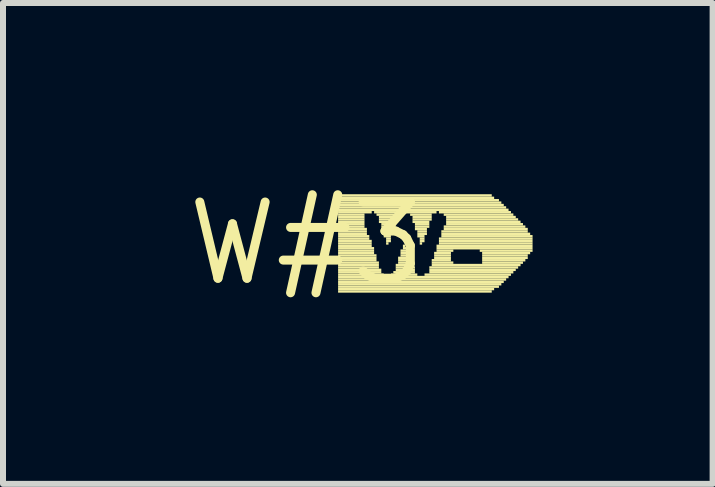
<source format=kicad_pcb>
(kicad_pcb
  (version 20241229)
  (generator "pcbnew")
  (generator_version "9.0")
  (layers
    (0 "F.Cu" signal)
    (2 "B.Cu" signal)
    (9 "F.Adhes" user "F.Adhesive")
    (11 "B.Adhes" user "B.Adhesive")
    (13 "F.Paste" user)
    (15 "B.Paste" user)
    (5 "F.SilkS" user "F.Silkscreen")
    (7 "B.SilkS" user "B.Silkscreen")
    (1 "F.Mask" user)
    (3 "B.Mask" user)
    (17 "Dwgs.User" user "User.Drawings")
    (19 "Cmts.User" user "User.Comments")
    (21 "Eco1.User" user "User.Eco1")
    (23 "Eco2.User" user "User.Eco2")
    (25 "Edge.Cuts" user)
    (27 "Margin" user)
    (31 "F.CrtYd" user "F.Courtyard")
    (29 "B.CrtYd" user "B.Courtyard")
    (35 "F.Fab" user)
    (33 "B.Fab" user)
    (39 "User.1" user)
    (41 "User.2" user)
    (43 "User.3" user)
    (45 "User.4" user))
  (footprint "W#3"
    (layer "F.Cu")
    (at 2.063 1.006)
    (property "Reference" "W#3" (at 0 0 0) (layer "F.SilkS") (effects (font (size 1.27 1.27) (thickness 0.15))))
    (fp_poly (pts (xy 0.52 -0.78) (xy 3.08 -0.78) (xy 3.08 -0.82) (xy 0.52 -0.82)) (stroke (width 0) (type solid)) (fill yes) (layer "F.SilkS"))
    (fp_poly (pts (xy 0.52 -0.74) (xy 3.12 -0.74) (xy 3.12 -0.78) (xy 0.52 -0.78)) (stroke (width 0) (type solid)) (fill yes) (layer "F.SilkS"))
    (fp_poly (pts (xy 0.52 -0.7) (xy 3.2 -0.7) (xy 3.2 -0.74) (xy 0.52 -0.74)) (stroke (width 0) (type solid)) (fill yes) (layer "F.SilkS"))
    (fp_poly (pts (xy 0.52 -0.66) (xy 3.24 -0.66) (xy 3.24 -0.7) (xy 0.52 -0.7)) (stroke (width 0) (type solid)) (fill yes) (layer "F.SilkS"))
    (fp_poly (pts (xy 0.52 -0.62) (xy 3.28 -0.62) (xy 3.28 -0.66) (xy 0.52 -0.66)) (stroke (width 0) (type solid)) (fill yes) (layer "F.SilkS"))
    (fp_poly (pts (xy 0.52 -0.58) (xy 3.32 -0.58) (xy 3.32 -0.62) (xy 0.52 -0.62)) (stroke (width 0) (type solid)) (fill yes) (layer "F.SilkS"))
    (fp_poly (pts (xy 0.52 -0.54) (xy 3.36 -0.54) (xy 3.36 -0.58) (xy 0.52 -0.58)) (stroke (width 0) (type solid)) (fill yes) (layer "F.SilkS"))
    (fp_poly (pts (xy 0.52 -0.5) (xy 1.08 -0.5) (xy 1.08 -0.54) (xy 0.52 -0.54)) (stroke (width 0) (type solid)) (fill yes) (layer "F.SilkS"))
    (fp_poly (pts (xy 0.52 -0.46) (xy 0.96 -0.46) (xy 0.96 -0.5) (xy 0.52 -0.5)) (stroke (width 0) (type solid)) (fill yes) (layer "F.SilkS"))
    (fp_poly (pts (xy 0.52 -0.42) (xy 0.96 -0.42) (xy 0.96 -0.46) (xy 0.52 -0.46)) (stroke (width 0) (type solid)) (fill yes) (layer "F.SilkS"))
    (fp_poly (pts (xy 0.52 -0.38) (xy 0.96 -0.38) (xy 0.96 -0.42) (xy 0.52 -0.42)) (stroke (width 0) (type solid)) (fill yes) (layer "F.SilkS"))
    (fp_poly (pts (xy 0.52 -0.34) (xy 0.96 -0.34) (xy 0.96 -0.38) (xy 0.52 -0.38)) (stroke (width 0) (type solid)) (fill yes) (layer "F.SilkS"))
    (fp_poly (pts (xy 0.52 -0.3) (xy 0.96 -0.3) (xy 0.96 -0.34) (xy 0.52 -0.34)) (stroke (width 0) (type solid)) (fill yes) (layer "F.SilkS"))
    (fp_poly (pts (xy 0.52 -0.26) (xy 0.96 -0.26) (xy 0.96 -0.3) (xy 0.52 -0.3)) (stroke (width 0) (type solid)) (fill yes) (layer "F.SilkS"))
    (fp_poly (pts (xy 0.52 -0.22) (xy 1 -0.22) (xy 1 -0.26) (xy 0.52 -0.26)) (stroke (width 0) (type solid)) (fill yes) (layer "F.SilkS"))
    (fp_poly (pts (xy 0.52 -0.18) (xy 1 -0.18) (xy 1 -0.22) (xy 0.52 -0.22)) (stroke (width 0) (type solid)) (fill yes) (layer "F.SilkS"))
    (fp_poly (pts (xy 0.52 -0.14) (xy 1 -0.14) (xy 1 -0.18) (xy 0.52 -0.18)) (stroke (width 0) (type solid)) (fill yes) (layer "F.SilkS"))
    (fp_poly (pts (xy 0.52 -0.1) (xy 1.04 -0.1) (xy 1.04 -0.14) (xy 0.52 -0.14)) (stroke (width 0) (type solid)) (fill yes) (layer "F.SilkS"))
    (fp_poly (pts (xy 0.52 -0.06) (xy 1.04 -0.06) (xy 1.04 -0.1) (xy 0.52 -0.1)) (stroke (width 0) (type solid)) (fill yes) (layer "F.SilkS"))
    (fp_poly (pts (xy 0.52 -0.02) (xy 1.08 -0.02) (xy 1.08 -0.06) (xy 0.52 -0.06)) (stroke (width 0) (type solid)) (fill yes) (layer "F.SilkS"))
    (fp_poly (pts (xy 0.52 0.02) (xy 1.08 0.02) (xy 1.08 -0.02) (xy 0.52 -0.02)) (stroke (width 0) (type solid)) (fill yes) (layer "F.SilkS"))
    (fp_poly (pts (xy 0.52 0.06) (xy 1.08 0.06) (xy 1.08 0.02) (xy 0.52 0.02)) (stroke (width 0) (type solid)) (fill yes) (layer "F.SilkS"))
    (fp_poly (pts (xy 0.52 0.1) (xy 1.12 0.1) (xy 1.12 0.06) (xy 0.52 0.06)) (stroke (width 0) (type solid)) (fill yes) (layer "F.SilkS"))
    (fp_poly (pts (xy 0.52 0.14) (xy 1.12 0.14) (xy 1.12 0.1) (xy 0.52 0.1)) (stroke (width 0) (type solid)) (fill yes) (layer "F.SilkS"))
    (fp_poly (pts (xy 0.52 0.18) (xy 1.12 0.18) (xy 1.12 0.14) (xy 0.52 0.14)) (stroke (width 0) (type solid)) (fill yes) (layer "F.SilkS"))
    (fp_poly (pts (xy 0.52 0.22) (xy 1.16 0.22) (xy 1.16 0.18) (xy 0.52 0.18)) (stroke (width 0) (type solid)) (fill yes) (layer "F.SilkS"))
    (fp_poly (pts (xy 0.52 0.26) (xy 1.16 0.26) (xy 1.16 0.22) (xy 0.52 0.22)) (stroke (width 0) (type solid)) (fill yes) (layer "F.SilkS"))
    (fp_poly (pts (xy 0.52 0.3) (xy 1.16 0.3) (xy 1.16 0.26) (xy 0.52 0.26)) (stroke (width 0) (type solid)) (fill yes) (layer "F.SilkS"))
    (fp_poly (pts (xy 0.52 0.34) (xy 1.2 0.34) (xy 1.2 0.3) (xy 0.52 0.3)) (stroke (width 0) (type solid)) (fill yes) (layer "F.SilkS"))
    (fp_poly (pts (xy 0.52 0.38) (xy 1.2 0.38) (xy 1.2 0.34) (xy 0.52 0.34)) (stroke (width 0) (type solid)) (fill yes) (layer "F.SilkS"))
    (fp_poly (pts (xy 0.52 0.42) (xy 1.2 0.42) (xy 1.2 0.38) (xy 0.52 0.38)) (stroke (width 0) (type solid)) (fill yes) (layer "F.SilkS"))
    (fp_poly (pts (xy 0.52 0.46) (xy 1.24 0.46) (xy 1.24 0.42) (xy 0.52 0.42)) (stroke (width 0) (type solid)) (fill yes) (layer "F.SilkS"))
    (fp_poly (pts (xy 0.52 0.5) (xy 1.24 0.5) (xy 1.24 0.46) (xy 0.52 0.46)) (stroke (width 0) (type solid)) (fill yes) (layer "F.SilkS"))
    (fp_poly (pts (xy 0.52 0.54) (xy 1.28 0.54) (xy 1.28 0.5) (xy 0.52 0.5)) (stroke (width 0) (type solid)) (fill yes) (layer "F.SilkS"))
    (fp_poly (pts (xy 0.52 0.58) (xy 3.36 0.58) (xy 3.36 0.54) (xy 0.52 0.54)) (stroke (width 0) (type solid)) (fill yes) (layer "F.SilkS"))
    (fp_poly (pts (xy 0.52 0.62) (xy 3.32 0.62) (xy 3.32 0.58) (xy 0.52 0.58)) (stroke (width 0) (type solid)) (fill yes) (layer "F.SilkS"))
    (fp_poly (pts (xy 0.52 0.66) (xy 3.28 0.66) (xy 3.28 0.62) (xy 0.52 0.62)) (stroke (width 0) (type solid)) (fill yes) (layer "F.SilkS"))
    (fp_poly (pts (xy 0.52 0.7) (xy 3.24 0.7) (xy 3.24 0.66) (xy 0.52 0.66)) (stroke (width 0) (type solid)) (fill yes) (layer "F.SilkS"))
    (fp_poly (pts (xy 0.52 0.74) (xy 3.2 0.74) (xy 3.2 0.7) (xy 0.52 0.7)) (stroke (width 0) (type solid)) (fill yes) (layer "F.SilkS"))
    (fp_poly (pts (xy 0.52 0.78) (xy 3.12 0.78) (xy 3.12 0.74) (xy 0.52 0.74)) (stroke (width 0) (type solid)) (fill yes) (layer "F.SilkS"))
    (fp_poly (pts (xy 0.52 0.82) (xy 3.08 0.82) (xy 3.08 0.78) (xy 0.52 0.78)) (stroke (width 0) (type solid)) (fill yes) (layer "F.SilkS"))
    (fp_poly (pts (xy 1.12 -0.5) (xy 2.16 -0.5) (xy 2.16 -0.54) (xy 1.12 -0.54)) (stroke (width 0) (type solid)) (fill yes) (layer "F.SilkS"))
    (fp_poly (pts (xy 1.16 -0.46) (xy 1.56 -0.46) (xy 1.56 -0.5) (xy 1.16 -0.5)) (stroke (width 0) (type solid)) (fill yes) (layer "F.SilkS"))
    (fp_poly (pts (xy 1.2 -0.42) (xy 1.52 -0.42) (xy 1.52 -0.46) (xy 1.2 -0.46)) (stroke (width 0) (type solid)) (fill yes) (layer "F.SilkS"))
    (fp_poly (pts (xy 1.2 -0.38) (xy 1.52 -0.38) (xy 1.52 -0.42) (xy 1.2 -0.42)) (stroke (width 0) (type solid)) (fill yes) (layer "F.SilkS"))
    (fp_poly (pts (xy 1.2 -0.34) (xy 1.48 -0.34) (xy 1.48 -0.38) (xy 1.2 -0.38)) (stroke (width 0) (type solid)) (fill yes) (layer "F.SilkS"))
    (fp_poly (pts (xy 1.24 -0.3) (xy 1.48 -0.3) (xy 1.48 -0.34) (xy 1.24 -0.34)) (stroke (width 0) (type solid)) (fill yes) (layer "F.SilkS"))
    (fp_poly (pts (xy 1.24 -0.26) (xy 1.48 -0.26) (xy 1.48 -0.3) (xy 1.24 -0.3)) (stroke (width 0) (type solid)) (fill yes) (layer "F.SilkS"))
    (fp_poly (pts (xy 1.24 -0.22) (xy 1.44 -0.22) (xy 1.44 -0.26) (xy 1.24 -0.26)) (stroke (width 0) (type solid)) (fill yes) (layer "F.SilkS"))
    (fp_poly (pts (xy 1.28 -0.18) (xy 1.44 -0.18) (xy 1.44 -0.22) (xy 1.28 -0.22)) (stroke (width 0) (type solid)) (fill yes) (layer "F.SilkS"))
    (fp_poly (pts (xy 1.28 -0.14) (xy 1.44 -0.14) (xy 1.44 -0.18) (xy 1.28 -0.18)) (stroke (width 0) (type solid)) (fill yes) (layer "F.SilkS"))
    (fp_poly (pts (xy 1.28 -0.1) (xy 1.4 -0.1) (xy 1.4 -0.14) (xy 1.28 -0.14)) (stroke (width 0) (type solid)) (fill yes) (layer "F.SilkS"))
    (fp_poly (pts (xy 1.32 -0.06) (xy 1.4 -0.06) (xy 1.4 -0.1) (xy 1.32 -0.1)) (stroke (width 0) (type solid)) (fill yes) (layer "F.SilkS"))
    (fp_poly (pts (xy 1.32 -0.02) (xy 1.4 -0.02) (xy 1.4 -0.06) (xy 1.32 -0.06)) (stroke (width 0) (type solid)) (fill yes) (layer "F.SilkS"))
    (fp_poly (pts (xy 1.32 0.02) (xy 1.36 0.02) (xy 1.36 -0.02) (xy 1.32 -0.02)) (stroke (width 0) (type solid)) (fill yes) (layer "F.SilkS"))
    (fp_poly (pts (xy 1.4 0.54) (xy 1.84 0.54) (xy 1.84 0.5) (xy 1.4 0.5)) (stroke (width 0) (type solid)) (fill yes) (layer "F.SilkS"))
    (fp_poly (pts (xy 1.44 0.5) (xy 1.8 0.5) (xy 1.8 0.46) (xy 1.44 0.46)) (stroke (width 0) (type solid)) (fill yes) (layer "F.SilkS"))
    (fp_poly (pts (xy 1.48 0.38) (xy 1.76 0.38) (xy 1.76 0.34) (xy 1.48 0.34)) (stroke (width 0) (type solid)) (fill yes) (layer "F.SilkS"))
    (fp_poly (pts (xy 1.48 0.42) (xy 1.8 0.42) (xy 1.8 0.38) (xy 1.48 0.38)) (stroke (width 0) (type solid)) (fill yes) (layer "F.SilkS"))
    (fp_poly (pts (xy 1.48 0.46) (xy 1.8 0.46) (xy 1.8 0.42) (xy 1.48 0.42)) (stroke (width 0) (type solid)) (fill yes) (layer "F.SilkS"))
    (fp_poly (pts (xy 1.52 0.26) (xy 1.72 0.26) (xy 1.72 0.22) (xy 1.52 0.22)) (stroke (width 0) (type solid)) (fill yes) (layer "F.SilkS"))
    (fp_poly (pts (xy 1.52 0.3) (xy 1.72 0.3) (xy 1.72 0.26) (xy 1.52 0.26)) (stroke (width 0) (type solid)) (fill yes) (layer "F.SilkS"))
    (fp_poly (pts (xy 1.52 0.34) (xy 1.76 0.34) (xy 1.76 0.3) (xy 1.52 0.3)) (stroke (width 0) (type solid)) (fill yes) (layer "F.SilkS"))
    (fp_poly (pts (xy 1.56 0.14) (xy 1.68 0.14) (xy 1.68 0.1) (xy 1.56 0.1)) (stroke (width 0) (type solid)) (fill yes) (layer "F.SilkS"))
    (fp_poly (pts (xy 1.56 0.18) (xy 1.68 0.18) (xy 1.68 0.14) (xy 1.56 0.14)) (stroke (width 0) (type solid)) (fill yes) (layer "F.SilkS"))
    (fp_poly (pts (xy 1.56 0.22) (xy 1.72 0.22) (xy 1.72 0.18) (xy 1.56 0.18)) (stroke (width 0) (type solid)) (fill yes) (layer "F.SilkS"))
    (fp_poly (pts (xy 1.6 0.06) (xy 1.64 0.06) (xy 1.64 0.02) (xy 1.6 0.02)) (stroke (width 0) (type solid)) (fill yes) (layer "F.SilkS"))
    (fp_poly (pts (xy 1.6 0.1) (xy 1.68 0.1) (xy 1.68 0.06) (xy 1.6 0.06)) (stroke (width 0) (type solid)) (fill yes) (layer "F.SilkS"))
    (fp_poly (pts (xy 1.72 -0.46) (xy 2.08 -0.46) (xy 2.08 -0.5) (xy 1.72 -0.5)) (stroke (width 0) (type solid)) (fill yes) (layer "F.SilkS"))
    (fp_poly (pts (xy 1.76 -0.42) (xy 2.08 -0.42) (xy 2.08 -0.46) (xy 1.76 -0.46)) (stroke (width 0) (type solid)) (fill yes) (layer "F.SilkS"))
    (fp_poly (pts (xy 1.76 -0.38) (xy 2.08 -0.38) (xy 2.08 -0.42) (xy 1.76 -0.42)) (stroke (width 0) (type solid)) (fill yes) (layer "F.SilkS"))
    (fp_poly (pts (xy 1.76 -0.34) (xy 2.04 -0.34) (xy 2.04 -0.38) (xy 1.76 -0.38)) (stroke (width 0) (type solid)) (fill yes) (layer "F.SilkS"))
    (fp_poly (pts (xy 1.8 -0.3) (xy 2.04 -0.3) (xy 2.04 -0.34) (xy 1.8 -0.34)) (stroke (width 0) (type solid)) (fill yes) (layer "F.SilkS"))
    (fp_poly (pts (xy 1.8 -0.26) (xy 2.04 -0.26) (xy 2.04 -0.3) (xy 1.8 -0.3)) (stroke (width 0) (type solid)) (fill yes) (layer "F.SilkS"))
    (fp_poly (pts (xy 1.8 -0.22) (xy 2 -0.22) (xy 2 -0.26) (xy 1.8 -0.26)) (stroke (width 0) (type solid)) (fill yes) (layer "F.SilkS"))
    (fp_poly (pts (xy 1.84 -0.18) (xy 2 -0.18) (xy 2 -0.22) (xy 1.84 -0.22)) (stroke (width 0) (type solid)) (fill yes) (layer "F.SilkS"))
    (fp_poly (pts (xy 1.84 -0.14) (xy 2 -0.14) (xy 2 -0.18) (xy 1.84 -0.18)) (stroke (width 0) (type solid)) (fill yes) (layer "F.SilkS"))
    (fp_poly (pts (xy 1.84 -0.1) (xy 1.96 -0.1) (xy 1.96 -0.14) (xy 1.84 -0.14)) (stroke (width 0) (type solid)) (fill yes) (layer "F.SilkS"))
    (fp_poly (pts (xy 1.88 -0.06) (xy 1.96 -0.06) (xy 1.96 -0.1) (xy 1.88 -0.1)) (stroke (width 0) (type solid)) (fill yes) (layer "F.SilkS"))
    (fp_poly (pts (xy 1.88 -0.02) (xy 1.96 -0.02) (xy 1.96 -0.06) (xy 1.88 -0.06)) (stroke (width 0) (type solid)) (fill yes) (layer "F.SilkS"))
    (fp_poly (pts (xy 1.88 0.02) (xy 1.92 0.02) (xy 1.92 -0.02) (xy 1.88 -0.02)) (stroke (width 0) (type solid)) (fill yes) (layer "F.SilkS"))
    (fp_poly (pts (xy 1.96 0.54) (xy 3.4 0.54) (xy 3.4 0.5) (xy 1.96 0.5)) (stroke (width 0) (type solid)) (fill yes) (layer "F.SilkS"))
    (fp_poly (pts (xy 2.04 0.42) (xy 3.52 0.42) (xy 3.52 0.38) (xy 2.04 0.38)) (stroke (width 0) (type solid)) (fill yes) (layer "F.SilkS"))
    (fp_poly (pts (xy 2.04 0.46) (xy 3.48 0.46) (xy 3.48 0.42) (xy 2.04 0.42)) (stroke (width 0) (type solid)) (fill yes) (layer "F.SilkS"))
    (fp_poly (pts (xy 2.04 0.5) (xy 3.44 0.5) (xy 3.44 0.46) (xy 2.04 0.46)) (stroke (width 0) (type solid)) (fill yes) (layer "F.SilkS"))
    (fp_poly (pts (xy 2.08 0.3) (xy 2.4 0.3) (xy 2.4 0.26) (xy 2.08 0.26)) (stroke (width 0) (type solid)) (fill yes) (layer "F.SilkS"))
    (fp_poly (pts (xy 2.08 0.34) (xy 2.44 0.34) (xy 2.44 0.3) (xy 2.08 0.3)) (stroke (width 0) (type solid)) (fill yes) (layer "F.SilkS"))
    (fp_poly (pts (xy 2.08 0.38) (xy 3.56 0.38) (xy 3.56 0.34) (xy 2.08 0.34)) (stroke (width 0) (type solid)) (fill yes) (layer "F.SilkS"))
    (fp_poly (pts (xy 2.12 0.18) (xy 2.4 0.18) (xy 2.4 0.14) (xy 2.12 0.14)) (stroke (width 0) (type solid)) (fill yes) (layer "F.SilkS"))
    (fp_poly (pts (xy 2.12 0.22) (xy 2.4 0.22) (xy 2.4 0.18) (xy 2.12 0.18)) (stroke (width 0) (type solid)) (fill yes) (layer "F.SilkS"))
    (fp_poly (pts (xy 2.12 0.26) (xy 2.4 0.26) (xy 2.4 0.22) (xy 2.12 0.22)) (stroke (width 0) (type solid)) (fill yes) (layer "F.SilkS"))
    (fp_poly (pts (xy 2.16 0.06) (xy 3.76 0.06) (xy 3.76 0.02) (xy 2.16 0.02)) (stroke (width 0) (type solid)) (fill yes) (layer "F.SilkS"))
    (fp_poly (pts (xy 2.16 0.1) (xy 3.76 0.1) (xy 3.76 0.06) (xy 2.16 0.06)) (stroke (width 0) (type solid)) (fill yes) (layer "F.SilkS"))
    (fp_poly (pts (xy 2.16 0.14) (xy 2.44 0.14) (xy 2.44 0.1) (xy 2.16 0.1)) (stroke (width 0) (type solid)) (fill yes) (layer "F.SilkS"))
    (fp_poly (pts (xy 2.2 -0.5) (xy 3.4 -0.5) (xy 3.4 -0.54) (xy 2.2 -0.54)) (stroke (width 0) (type solid)) (fill yes) (layer "F.SilkS"))
    (fp_poly (pts (xy 2.2 -0.06) (xy 3.76 -0.06) (xy 3.76 -0.1) (xy 2.2 -0.1)) (stroke (width 0) (type solid)) (fill yes) (layer "F.SilkS"))
    (fp_poly (pts (xy 2.2 -0.02) (xy 3.76 -0.02) (xy 3.76 -0.06) (xy 2.2 -0.06)) (stroke (width 0) (type solid)) (fill yes) (layer "F.SilkS"))
    (fp_poly (pts (xy 2.2 0.02) (xy 3.76 0.02) (xy 3.76 -0.02) (xy 2.2 -0.02)) (stroke (width 0) (type solid)) (fill yes) (layer "F.SilkS"))
    (fp_poly (pts (xy 2.24 -0.18) (xy 3.68 -0.18) (xy 3.68 -0.22) (xy 2.24 -0.22)) (stroke (width 0) (type solid)) (fill yes) (layer "F.SilkS"))
    (fp_poly (pts (xy 2.24 -0.14) (xy 3.72 -0.14) (xy 3.72 -0.18) (xy 2.24 -0.18)) (stroke (width 0) (type solid)) (fill yes) (layer "F.SilkS"))
    (fp_poly (pts (xy 2.24 -0.1) (xy 3.76 -0.1) (xy 3.76 -0.14) (xy 2.24 -0.14)) (stroke (width 0) (type solid)) (fill yes) (layer "F.SilkS"))
    (fp_poly (pts (xy 2.28 -0.46) (xy 3.44 -0.46) (xy 3.44 -0.5) (xy 2.28 -0.5)) (stroke (width 0) (type solid)) (fill yes) (layer "F.SilkS"))
    (fp_poly (pts (xy 2.28 -0.26) (xy 3.64 -0.26) (xy 3.64 -0.3) (xy 2.28 -0.3)) (stroke (width 0) (type solid)) (fill yes) (layer "F.SilkS"))
    (fp_poly (pts (xy 2.28 -0.22) (xy 3.68 -0.22) (xy 3.68 -0.26) (xy 2.28 -0.26)) (stroke (width 0) (type solid)) (fill yes) (layer "F.SilkS"))
    (fp_poly (pts (xy 2.32 -0.42) (xy 3.48 -0.42) (xy 3.48 -0.46) (xy 2.32 -0.46)) (stroke (width 0) (type solid)) (fill yes) (layer "F.SilkS"))
    (fp_poly (pts (xy 2.32 -0.38) (xy 3.52 -0.38) (xy 3.52 -0.42) (xy 2.32 -0.42)) (stroke (width 0) (type solid)) (fill yes) (layer "F.SilkS"))
    (fp_poly (pts (xy 2.32 -0.34) (xy 3.56 -0.34) (xy 3.56 -0.38) (xy 2.32 -0.38)) (stroke (width 0) (type solid)) (fill yes) (layer "F.SilkS"))
    (fp_poly (pts (xy 2.32 -0.3) (xy 3.6 -0.3) (xy 3.6 -0.34) (xy 2.32 -0.34)) (stroke (width 0) (type solid)) (fill yes) (layer "F.SilkS"))
    (fp_poly (pts (xy 2.88 0.14) (xy 3.76 0.14) (xy 3.76 0.1) (xy 2.88 0.1)) (stroke (width 0) (type solid)) (fill yes) (layer "F.SilkS"))
    (fp_poly (pts (xy 2.92 0.18) (xy 3.72 0.18) (xy 3.72 0.14) (xy 2.92 0.14)) (stroke (width 0) (type solid)) (fill yes) (layer "F.SilkS"))
    (fp_poly (pts (xy 2.92 0.22) (xy 3.68 0.22) (xy 3.68 0.18) (xy 2.92 0.18)) (stroke (width 0) (type solid)) (fill yes) (layer "F.SilkS"))
    (fp_poly (pts (xy 2.92 0.26) (xy 3.68 0.26) (xy 3.68 0.22) (xy 2.92 0.22)) (stroke (width 0) (type solid)) (fill yes) (layer "F.SilkS"))
    (fp_poly (pts (xy 2.92 0.3) (xy 3.64 0.3) (xy 3.64 0.26) (xy 2.92 0.26)) (stroke (width 0) (type solid)) (fill yes) (layer "F.SilkS"))
    (fp_poly (pts (xy 2.92 0.34) (xy 3.6 0.34) (xy 3.6 0.3) (xy 2.92 0.3)) (stroke (width 0) (type solid)) (fill yes) (layer "F.SilkS")))
  (gr_rect
    (start -3 -3)
    (end 8.823 5.012)
    (stroke (width 0.1) (type default))
    (fill no)
    (layer "Edge.Cuts")))
</source>
